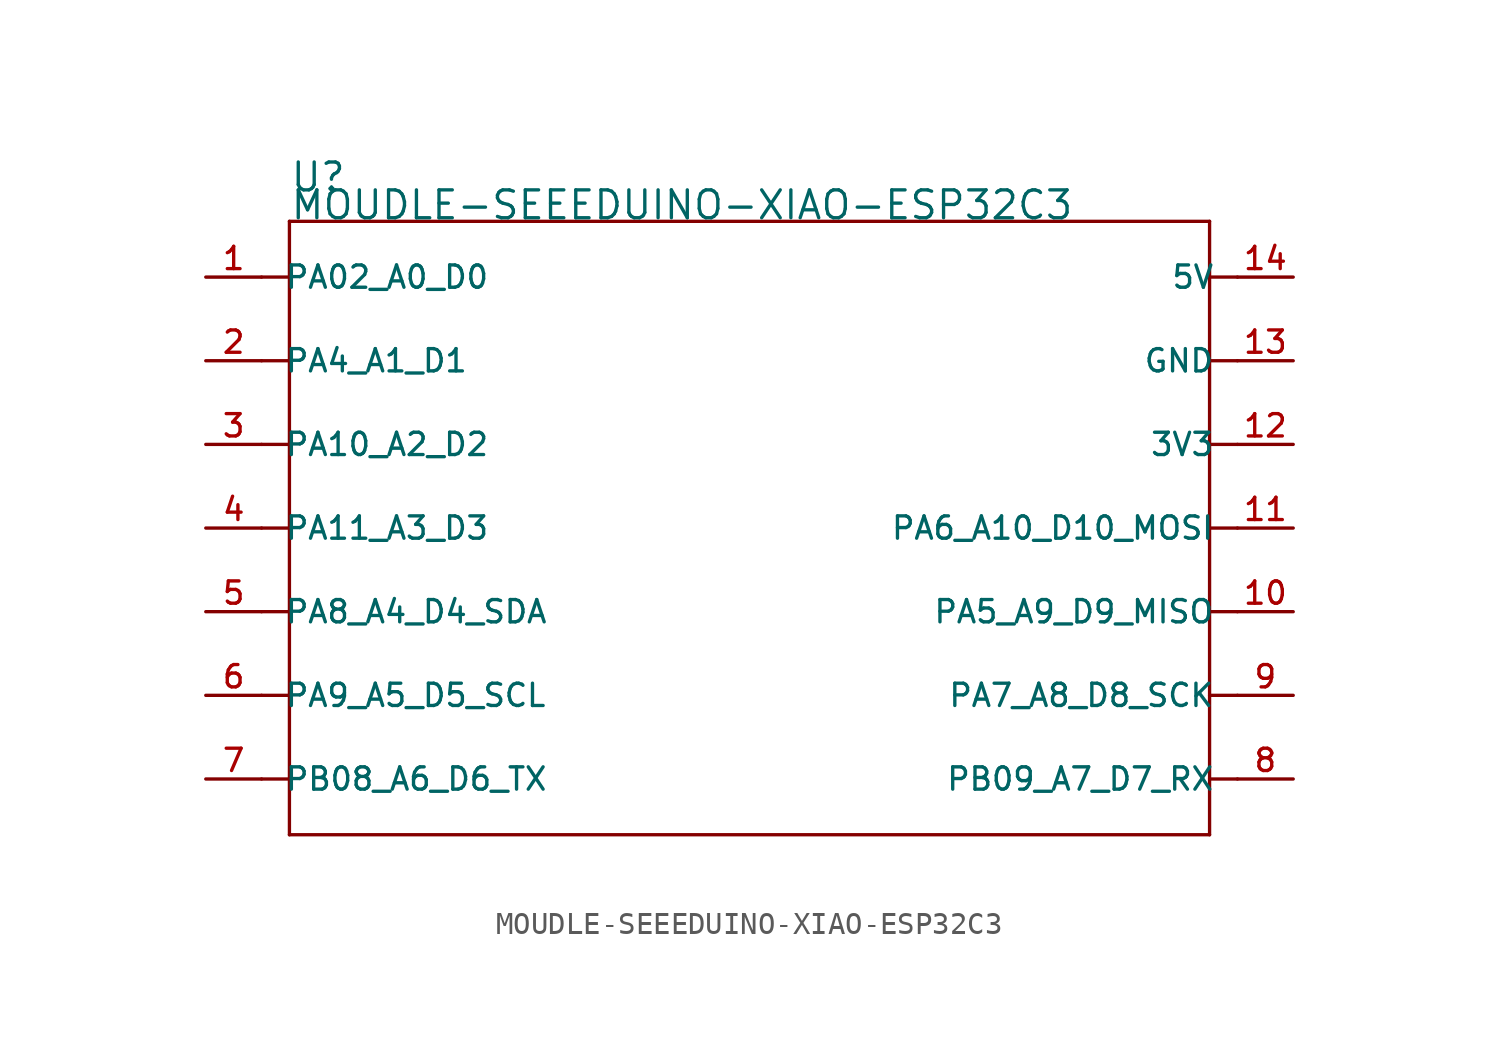
<source format=kicad_sym>
(kicad_symbol_lib
  (version 20211014)
  (generator kicad_symbol_editor)
  (symbol "MOUDLE-SEEEDUINO-XIAO-ESP32C3"
    (pin_names
      (offset 1.016))
    (property "Reference" "U"
      (at -21.59 15.24 0)
      (effects (font (size 1.27 1.27)) (justify bottom left)))
    (property "Value" "MOUDLE-SEEEDUINO-XIAO-ESP32C3"
      (at -21.59 13.97 0)
      (effects (font (size 1.27 1.27)) (justify bottom left)))
    (symbol "MOUDLE-SEEEDUINO-XIAO-ESP32C3_0_0"
      (polyline (pts (xy -21.59 13.97) (xy 20.32 13.97)) (stroke (width 0.152)))
      (polyline (pts (xy 20.32 13.97) (xy 20.32 11.43)) (stroke (width 0.152)))
      (polyline (pts (xy 20.32 11.43) (xy 20.32 7.62)) (stroke (width 0.152)))
      (polyline (pts (xy 20.32 7.62) (xy 20.32 3.81)) (stroke (width 0.152)))
      (polyline (pts (xy 20.32 3.81) (xy 20.32 -13.97)) (stroke (width 0.152)))
      (polyline (pts (xy 20.32 -13.97) (xy -21.59 -13.97)) (stroke (width 0.152)))
      (polyline (pts (xy -21.59 -13.97) (xy -21.59 0.0)) (stroke (width 0.152)))
      (polyline (pts (xy -21.59 0.0) (xy -21.59 3.81)) (stroke (width 0.152)))
      (polyline (pts (xy -21.59 3.81) (xy -21.59 7.62)) (stroke (width 0.152)))
      (polyline (pts (xy -21.59 7.62) (xy -21.59 11.43)) (stroke (width 0.152)))
      (polyline (pts (xy -21.59 11.43) (xy -21.59 13.97)) (stroke (width 0.152)))
      (polyline (pts (xy -21.59 11.43) (xy -22.86 11.43)) (stroke (width 0.152)))
      (polyline (pts (xy -21.59 7.62) (xy -22.86 7.62)) (stroke (width 0.152)))
      (polyline (pts (xy -21.59 3.81) (xy -22.86 3.81)) (stroke (width 0.152)))
      (polyline (pts (xy -21.59 0.0) (xy -22.86 0.0)) (stroke (width 0.152)))
      (polyline (pts (xy -21.59 -3.81) (xy -22.86 -3.81)) (stroke (width 0.152)))
      (polyline (pts (xy -21.59 -7.62) (xy -22.86 -7.62)) (stroke (width 0.152)))
      (polyline (pts (xy -21.59 -11.43) (xy -22.86 -11.43)) (stroke (width 0.152)))
      (polyline (pts (xy 21.59 0.0) (xy 20.32 0.0)) (stroke (width 0.152)))
      (polyline (pts (xy 21.59 -3.81) (xy 20.32 -3.81)) (stroke (width 0.152)))
      (polyline (pts (xy 21.59 -7.62) (xy 20.32 -7.62)) (stroke (width 0.152)))
      (polyline (pts (xy 21.59 -11.43) (xy 20.32 -11.43)) (stroke (width 0.152)))
      (polyline (pts (xy 21.59 3.81) (xy 20.32 3.81)) (stroke (width 0.152)))
      (polyline (pts (xy 21.59 7.62) (xy 20.32 7.62)) (stroke (width 0.152)))
      (polyline (pts (xy 21.59 11.43) (xy 20.32 11.43)) (stroke (width 0.152)))
      (pin bidirectional line (at -25.4 11.43 0) (length 2.54) (name "PA02_A0_D0" (effects (font (size 1.016 1.016)))) (number "1" (effects (font (size 1.016 1.016)))))
      (pin bidirectional line (at -25.4 7.62 0) (length 2.54) (name "PA4_A1_D1" (effects (font (size 1.016 1.016)))) (number "2" (effects (font (size 1.016 1.016)))))
      (pin bidirectional line (at -25.4 3.81 0) (length 2.54) (name "PA10_A2_D2" (effects (font (size 1.016 1.016)))) (number "3" (effects (font (size 1.016 1.016)))))
      (pin bidirectional line (at -25.4 0.0 0) (length 2.54) (name "PA11_A3_D3" (effects (font (size 1.016 1.016)))) (number "4" (effects (font (size 1.016 1.016)))))
      (pin bidirectional line (at -25.4 -3.81 0) (length 2.54) (name "PA8_A4_D4_SDA" (effects (font (size 1.016 1.016)))) (number "5" (effects (font (size 1.016 1.016)))))
      (pin bidirectional line (at -25.4 -7.62 0) (length 2.54) (name "PA9_A5_D5_SCL" (effects (font (size 1.016 1.016)))) (number "6" (effects (font (size 1.016 1.016)))))
      (pin bidirectional line (at -25.4 -11.43 0) (length 2.54) (name "PB08_A6_D6_TX" (effects (font (size 1.016 1.016)))) (number "7" (effects (font (size 1.016 1.016)))))
      (pin bidirectional line (at 24.13 -11.43 180.0) (length 2.54) (name "PB09_A7_D7_RX" (effects (font (size 1.016 1.016)))) (number "8" (effects (font (size 1.016 1.016)))))
      (pin bidirectional line (at 24.13 -7.62 180.0) (length 2.54) (name "PA7_A8_D8_SCK" (effects (font (size 1.016 1.016)))) (number "9" (effects (font (size 1.016 1.016)))))
      (pin bidirectional line (at 24.13 -3.81 180.0) (length 2.54) (name "PA5_A9_D9_MISO" (effects (font (size 1.016 1.016)))) (number "10" (effects (font (size 1.016 1.016)))))
      (pin bidirectional line (at 24.13 0.0 180.0) (length 2.54) (name "PA6_A10_D10_MOSI" (effects (font (size 1.016 1.016)))) (number "11" (effects (font (size 1.016 1.016)))))
      (pin bidirectional line (at 24.13 3.81 180.0) (length 2.54) (name "3V3" (effects (font (size 1.016 1.016)))) (number "12" (effects (font (size 1.016 1.016)))))
      (pin bidirectional line (at 24.13 7.62 180.0) (length 2.54) (name "GND" (effects (font (size 1.016 1.016)))) (number "13" (effects (font (size 1.016 1.016)))))
      (pin bidirectional line (at 24.13 11.43 180.0) (length 2.54) (name "5V" (effects (font (size 1.016 1.016)))) (number "14" (effects (font (size 1.016 1.016))))))))
</source>
